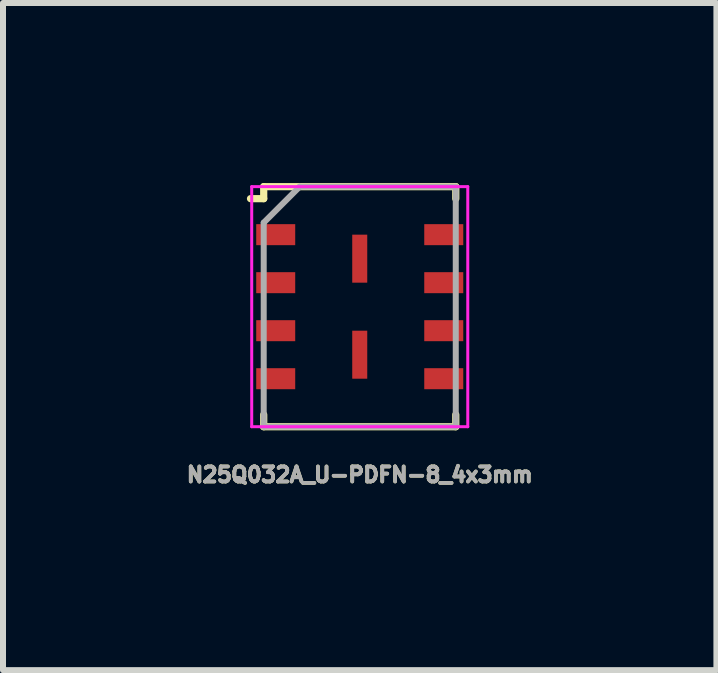
<source format=kicad_pcb>
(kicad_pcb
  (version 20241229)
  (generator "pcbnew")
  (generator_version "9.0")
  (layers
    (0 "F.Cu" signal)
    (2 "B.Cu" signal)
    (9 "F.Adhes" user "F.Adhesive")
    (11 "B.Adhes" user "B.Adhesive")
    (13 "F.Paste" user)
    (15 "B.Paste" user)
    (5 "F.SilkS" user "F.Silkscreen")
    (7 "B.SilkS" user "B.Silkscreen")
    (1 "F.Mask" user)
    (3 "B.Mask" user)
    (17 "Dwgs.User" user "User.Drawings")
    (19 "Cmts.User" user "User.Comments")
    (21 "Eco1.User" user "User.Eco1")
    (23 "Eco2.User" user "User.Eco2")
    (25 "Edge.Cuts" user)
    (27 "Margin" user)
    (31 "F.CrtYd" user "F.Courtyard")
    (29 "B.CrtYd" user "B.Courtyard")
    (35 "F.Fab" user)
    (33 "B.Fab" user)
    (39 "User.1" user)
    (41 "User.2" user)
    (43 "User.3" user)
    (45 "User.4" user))
  (footprint "N25Q032A_U-PDFN-8_4x3mm"
    (layer "F.Cu")
    (at 2.944 2.06)
    (property "Reference" "N25Q032A_U-PDFN-8_4x3mm" (at 0 2.8 0) (layer "F.SilkS") (effects (font (size 0.25 0.25) (thickness 0.062))))
    (attr smd)
    (fp_line (start -1.6 -2) (end -1.6 -1.8) (stroke (width 0.12) (type solid)) (layer "F.SilkS"))
    (fp_line (start -1.6 -2) (end 1.6 -2) (stroke (width 0.12) (type solid)) (layer "F.SilkS"))
    (fp_line (start -1.6 -1.8) (end -1.82 -1.8) (stroke (width 0.12) (type solid)) (layer "F.SilkS"))
    (fp_line (start -1.6 2) (end -1.6 1.8) (stroke (width 0.12) (type solid)) (layer "F.SilkS"))
    (fp_line (start -1.6 2) (end 1.6 2) (stroke (width 0.12) (type solid)) (layer "F.SilkS"))
    (fp_line (start 1.6 -2) (end 1.6 -1.8) (stroke (width 0.12) (type solid)) (layer "F.SilkS"))
    (fp_line (start 1.6 2) (end 1.6 1.8) (stroke (width 0.12) (type solid)) (layer "F.SilkS"))
    (fp_line (start -1.8 -2) (end -1.8 2) (stroke (width 0.05) (type solid)) (layer "F.CrtYd"))
    (fp_line (start -1.8 2) (end 1.8 2) (stroke (width 0.05) (type solid)) (layer "F.CrtYd"))
    (fp_line (start 1.8 -2) (end -1.8 -2) (stroke (width 0.05) (type solid)) (layer "F.CrtYd"))
    (fp_line (start 1.8 2) (end 1.8 -2) (stroke (width 0.05) (type solid)) (layer "F.CrtYd"))
    (fp_line (start -1.6 -1.4) (end -1 -2) (stroke (width 0.1) (type solid)) (layer "F.Fab"))
    (fp_line (start -1.6 2) (end -1.6 -1.4) (stroke (width 0.1) (type solid)) (layer "F.Fab"))
    (fp_line (start -1 -2) (end 1.6 -2) (stroke (width 0.1) (type solid)) (layer "F.Fab"))
    (fp_line (start 1.6 -2) (end 1.6 2) (stroke (width 0.1) (type solid)) (layer "F.Fab"))
    (fp_line (start 1.6 2) (end -1.6 2) (stroke (width 0.1) (type solid)) (layer "F.Fab"))
    (fp_text user "${REFERENCE}" (at 0 2.8 0) (layer "F.Fab") (effects (font (size 0.25 0.25) (thickness 0.062))))
    (pad "1" smd rect (at -1.4 -1.2) (size 0.65 0.35) (layers "F.Cu" "F.Mask" "F.Paste"))
    (pad "2" smd rect (at -1.4 -0.4) (size 0.65 0.35) (layers "F.Cu" "F.Mask" "F.Paste"))
    (pad "3" smd rect (at -1.4 0.4) (size 0.65 0.35) (layers "F.Cu" "F.Mask" "F.Paste"))
    (pad "4" smd rect (at -1.4 1.2) (size 0.65 0.35) (layers "F.Cu" "F.Mask" "F.Paste"))
    (pad "4" smd rect (at 0 -0.8) (size 0.25 0.8) (layers "F.Cu" "F.Mask"))
    (pad "4" smd rect (at 0 0.8) (size 0.25 0.8) (layers "F.Cu" "F.Mask"))
    (pad "5" smd rect (at 1.4 1.2) (size 0.65 0.35) (layers "F.Cu" "F.Mask" "F.Paste"))
    (pad "6" smd rect (at 1.4 0.4) (size 0.65 0.35) (layers "F.Cu" "F.Mask" "F.Paste"))
    (pad "7" smd rect (at 1.4 -0.4) (size 0.65 0.35) (layers "F.Cu" "F.Mask" "F.Paste"))
    (pad "8" smd rect (at 1.4 -1.2) (size 0.65 0.35) (layers "F.Cu" "F.Mask" "F.Paste")))
  (gr_rect
    (start -3 -3)
    (end 8.887 8.116)
    (stroke (width 0.1) (type default))
    (fill no)
    (layer "Edge.Cuts")))
</source>
